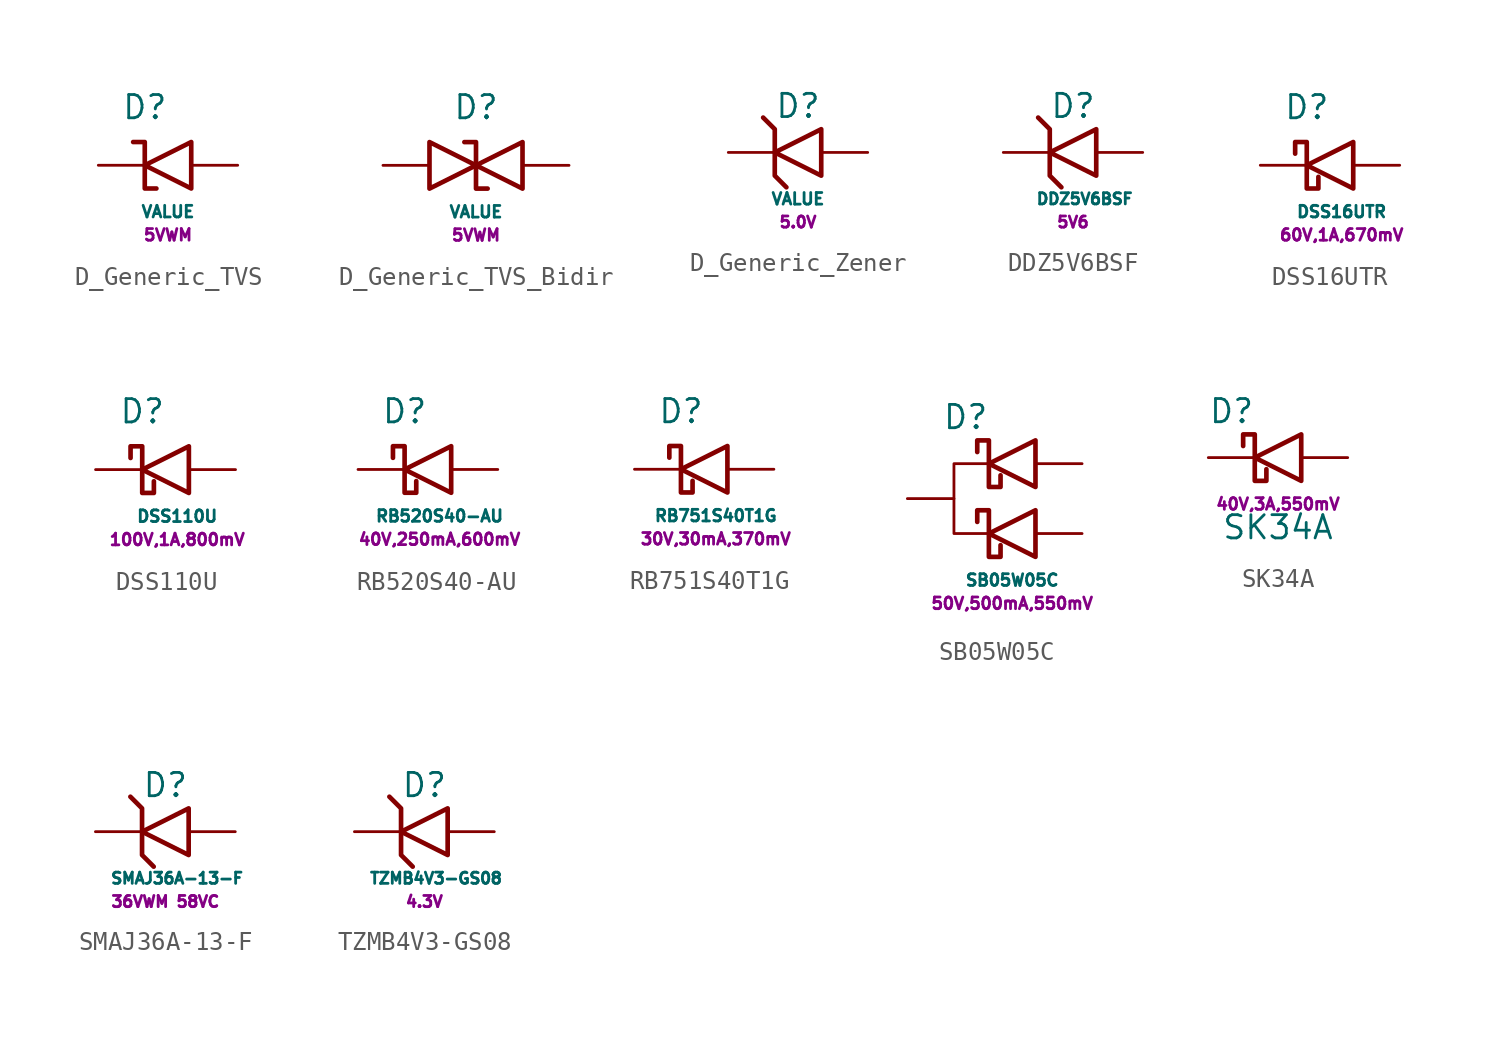
<source format=kicad_sym>
(kicad_symbol_lib
  (version 20220914)
  (generator kicad_symbol_editor)
  (symbol "D_Generic_TVS"
    (pin_numbers hide)
    (pin_names
      (offset 1.016) hide)
    (property "Reference" "D"
      (at -1.27 3.175 0)
      (effects (font (size 1.27 1.27))))
    (property "Value" "VALUE"
      (at 0 -2.54 0)
      (effects (font (size 0.635 0.635))))
    (property "Params" "5VWM"
      (at 0 -3.81 0)
      (effects (font (size 0.635 0.635))))
    (symbol "D_Generic_TVS_1_1"
      (polyline (pts (xy 1.27 1.27) (xy 1.27 -1.27) (xy -1.27 0) (xy 1.27 1.27)) (stroke (width 0.254) (type default)) (fill (type none)))
      (polyline (pts (xy -1.27 1.27) (xy -1.905 1.27) (xy -1.27 1.27) (xy -1.27 -1.27) (xy -0.635 -1.27) (xy -1.27 -1.27)) (stroke (width 0.254) (type default)) (fill (type none)))
      (pin passive line (at -3.81 0 0) (length 2.54) (name "~" (effects (font (size 1.27 1.27)))) (number "1" (effects (font (size 1.27 1.27)))))
      (pin passive line (at 3.81 0 180) (length 2.54) (name "~" (effects (font (size 1.27 1.27)))) (number "2" (effects (font (size 1.27 1.27)))))))
  (symbol "D_Generic_TVS_Bidir"
    (pin_numbers hide)
    (pin_names
      (offset 1.016) hide)
    (property "Reference" "D"
      (at 0 3.175 0)
      (effects (font (size 1.27 1.27))))
    (property "Value" "VALUE"
      (at 0 -2.54 0)
      (effects (font (size 0.635 0.635))))
    (property "Params" "5VWM"
      (at 0 -3.81 0)
      (effects (font (size 0.635 0.635))))
    (symbol "D_Generic_TVS_Bidir_1_1"
      (polyline (pts (xy -2.54 1.27) (xy -2.54 -1.27) (xy 0 0) (xy -2.54 1.27)) (stroke (width 0.254) (type default)) (fill (type none)))
      (polyline (pts (xy 2.54 1.27) (xy 2.54 -1.27) (xy 0 0) (xy 2.54 1.27)) (stroke (width 0.254) (type default)) (fill (type none)))
      (polyline (pts (xy 0 1.27) (xy -0.635 1.27) (xy 0 1.27) (xy 0 -1.27) (xy 0.635 -1.27) (xy 0 -1.27)) (stroke (width 0.254) (type default)) (fill (type none)))
      (pin passive line (at -5.08 0 0) (length 2.54) (name "~" (effects (font (size 1.27 1.27)))) (number "1" (effects (font (size 1.27 1.27)))))
      (pin passive line (at 5.08 0 180) (length 2.54) (name "~" (effects (font (size 1.27 1.27)))) (number "2" (effects (font (size 1.27 1.27)))))))
  (symbol "D_Generic_Zener"
    (pin_numbers hide)
    (pin_names
      (offset 1.016) hide)
    (property "Reference" "D"
      (at 0 2.54 0)
      (effects (font (size 1.27 1.27))))
    (property "Value" "VALUE"
      (at 0 -2.54 0)
      (effects (font (size 0.635 0.635))))
    (property "Params" "5.0V"
      (at 0 -3.81 0)
      (effects (font (size 0.61 0.61))))
    (symbol "D_Generic_Zener_0_1"
      (polyline (pts (xy -1.905 1.905) (xy -1.27 1.27) (xy -1.27 -1.27) (xy -0.635 -1.905)) (stroke (width 0.254) (type default)) (fill (type none)))
      (polyline (pts (xy 1.27 -1.27) (xy 1.27 1.27) (xy -1.27 0) (xy 1.27 -1.27)) (stroke (width 0.254) (type default)) (fill (type none))))
    (symbol "D_Generic_Zener_1_1"
      (pin passive line (at -3.81 0 0) (length 2.54) (name "K" (effects (font (size 1.27 1.27)))) (number "1" (effects (font (size 1.27 1.27)))))
      (pin passive line (at 3.81 0 180) (length 2.54) (name "A" (effects (font (size 1.27 1.27)))) (number "2" (effects (font (size 1.27 1.27)))))))
  (symbol "DDZ5V6BSF"
    (pin_numbers hide)
    (pin_names
      (offset 1.016) hide)
    (property "Reference" "D"
      (at 0 2.54 0)
      (effects (font (size 1.27 1.27))))
    (property "Value" "DDZ5V6BSF"
      (at 0.635 -2.54 0)
      (effects (font (size 0.61 0.61))))
    (property "Params" "5V6"
      (at 0 -3.81 0)
      (effects (font (size 0.61 0.61))))
    (symbol "DDZ5V6BSF_0_1"
      (polyline (pts (xy -1.905 1.905) (xy -1.27 1.27) (xy -1.27 -1.27) (xy -0.635 -1.905)) (stroke (width 0.254) (type default)) (fill (type none)))
      (polyline (pts (xy 1.27 -1.27) (xy 1.27 1.27) (xy -1.27 0) (xy 1.27 -1.27)) (stroke (width 0.254) (type default)) (fill (type none))))
    (symbol "DDZ5V6BSF_1_1"
      (pin passive line (at -3.81 0 0) (length 2.54) (name "K" (effects (font (size 1.27 1.27)))) (number "1" (effects (font (size 1.27 1.27)))))
      (pin passive line (at 3.81 0 180) (length 2.54) (name "A" (effects (font (size 1.27 1.27)))) (number "2" (effects (font (size 1.27 1.27)))))))
  (symbol "DSS16UTR"
    (pin_numbers hide)
    (pin_names
      (offset 1.016) hide)
    (property "Reference" "D"
      (at -1.27 3.175 0)
      (effects (font (size 1.27 1.27))))
    (property "Value" "DSS16UTR"
      (at 0.635 -2.54 0)
      (effects (font (size 0.635 0.635))))
    (property "Params" "60V,1A,670mV"
      (at 0.635 -3.81 0)
      (effects (font (size 0.635 0.635))))
    (symbol "DSS16UTR_1_1"
      (polyline (pts (xy 1.27 1.27) (xy 1.27 -1.27) (xy -1.27 0) (xy 1.27 1.27)) (stroke (width 0.254) (type default)) (fill (type none)))
      (polyline (pts (xy -1.905 0.635) (xy -1.905 1.27) (xy -1.27 1.27) (xy -1.27 -1.27) (xy -0.635 -1.27) (xy -0.635 -0.635)) (stroke (width 0.254) (type default)) (fill (type none)))
      (pin passive line (at -3.81 0 0) (length 2.54) (name "~" (effects (font (size 1.27 1.27)))) (number "1" (effects (font (size 1.27 1.27)))))
      (pin passive line (at 3.81 0 180) (length 2.54) (name "~" (effects (font (size 1.27 1.27)))) (number "2" (effects (font (size 1.27 1.27)))))))
  (symbol "DSS110U"
    (pin_numbers hide)
    (pin_names
      (offset 1.016) hide)
    (property "Reference" "D"
      (at -1.27 3.175 0)
      (effects (font (size 1.27 1.27))))
    (property "Value" "DSS110U"
      (at 0.635 -2.54 0)
      (effects (font (size 0.635 0.635))))
    (property "Params" "100V,1A,800mV"
      (at 0.635 -3.81 0)
      (effects (font (size 0.635 0.635))))
    (symbol "DSS110U_1_1"
      (polyline (pts (xy 1.27 1.27) (xy 1.27 -1.27) (xy -1.27 0) (xy 1.27 1.27)) (stroke (width 0.254) (type default)) (fill (type none)))
      (polyline (pts (xy -1.905 0.635) (xy -1.905 1.27) (xy -1.27 1.27) (xy -1.27 -1.27) (xy -0.635 -1.27) (xy -0.635 -0.635)) (stroke (width 0.254) (type default)) (fill (type none)))
      (pin passive line (at -3.81 0 0) (length 2.54) (name "~" (effects (font (size 1.27 1.27)))) (number "1" (effects (font (size 1.27 1.27)))))
      (pin passive line (at 3.81 0 180) (length 2.54) (name "~" (effects (font (size 1.27 1.27)))) (number "2" (effects (font (size 1.27 1.27)))))))
  (symbol "RB520S40-AU"
    (pin_numbers hide)
    (pin_names
      (offset 1.016) hide)
    (property "Reference" "D"
      (at -1.27 3.175 0)
      (effects (font (size 1.27 1.27))))
    (property "Value" "RB520S40-AU"
      (at 0.635 -2.54 0)
      (effects (font (size 0.635 0.635))))
    (property "Params" "40V,250mA,600mV"
      (at 0.635 -3.81 0)
      (effects (font (size 0.635 0.635))))
    (symbol "RB520S40-AU_1_1"
      (polyline (pts (xy 1.27 1.27) (xy 1.27 -1.27) (xy -1.27 0) (xy 1.27 1.27)) (stroke (width 0.254) (type default)) (fill (type none)))
      (polyline (pts (xy -1.905 0.635) (xy -1.905 1.27) (xy -1.27 1.27) (xy -1.27 -1.27) (xy -0.635 -1.27) (xy -0.635 -0.635)) (stroke (width 0.254) (type default)) (fill (type none)))
      (pin passive line (at -3.81 0 0) (length 2.54) (name "~" (effects (font (size 1.27 1.27)))) (number "1" (effects (font (size 1.27 1.27)))))
      (pin passive line (at 3.81 0 180) (length 2.54) (name "~" (effects (font (size 1.27 1.27)))) (number "2" (effects (font (size 1.27 1.27)))))))
  (symbol "RB751S40T1G"
    (pin_numbers hide)
    (pin_names
      (offset 1.016) hide)
    (property "Reference" "D"
      (at -1.27 3.175 0)
      (effects (font (size 1.27 1.27))))
    (property "Value" "RB751S40T1G"
      (at 0.635 -2.54 0)
      (effects (font (size 0.635 0.635))))
    (property "Params" "30V,30mA,370mV"
      (at 0.635 -3.81 0)
      (effects (font (size 0.635 0.635))))
    (symbol "RB751S40T1G_1_1"
      (polyline (pts (xy 1.27 1.27) (xy 1.27 -1.27) (xy -1.27 0) (xy 1.27 1.27)) (stroke (width 0.254) (type default)) (fill (type none)))
      (polyline (pts (xy -1.905 0.635) (xy -1.905 1.27) (xy -1.27 1.27) (xy -1.27 -1.27) (xy -0.635 -1.27) (xy -0.635 -0.635)) (stroke (width 0.254) (type default)) (fill (type none)))
      (pin passive line (at -3.81 0 0) (length 2.54) (name "~" (effects (font (size 1.27 1.27)))) (number "1" (effects (font (size 1.27 1.27)))))
      (pin passive line (at 3.81 0 180) (length 2.54) (name "~" (effects (font (size 1.27 1.27)))) (number "2" (effects (font (size 1.27 1.27)))))))
  (symbol "SB05W05C"
    (pin_numbers hide)
    (pin_names
      (offset 1.016) hide)
    (property "Reference" "D"
      (at -2.54 2.54 0)
      (effects (font (size 1.27 1.27))))
    (property "Value" "SB05W05C"
      (at 0 -6.35 0)
      (effects (font (size 0.635 0.635))))
    (property "Params" "50V,500mA,550mV"
      (at 0 -7.62 0)
      (effects (font (size 0.635 0.635))))
    (symbol "SB05W05C_0_1"
      (polyline (pts (xy -1.27 -3.81) (xy -3.175 -3.81) (xy -3.175 0) (xy -1.27 0)) (stroke (width 0.152) (type default)) (fill (type none))))
    (symbol "SB05W05C_1_1"
      (polyline (pts (xy 1.27 -2.54) (xy 1.27 -5.08) (xy -1.27 -3.81) (xy 1.27 -2.54)) (stroke (width 0.254) (type default)) (fill (type none)))
      (polyline (pts (xy 1.27 1.27) (xy 1.27 -1.27) (xy -1.27 0) (xy 1.27 1.27)) (stroke (width 0.254) (type default)) (fill (type none)))
      (polyline (pts (xy -1.905 -3.175) (xy -1.905 -2.54) (xy -1.27 -2.54) (xy -1.27 -5.08) (xy -0.635 -5.08) (xy -0.635 -4.445)) (stroke (width 0.254) (type default)) (fill (type none)))
      (polyline (pts (xy -1.905 0.635) (xy -1.905 1.27) (xy -1.27 1.27) (xy -1.27 -1.27) (xy -0.635 -1.27) (xy -0.635 -0.635)) (stroke (width 0.254) (type default)) (fill (type none)))
      (pin passive line (at 3.81 0 180) (length 2.54) (name "~" (effects (font (size 1.27 1.27)))) (number "1" (effects (font (size 1.27 1.27)))))
      (pin passive line (at 3.81 -3.81 180) (length 2.54) (name "~" (effects (font (size 1.27 1.27)))) (number "2" (effects (font (size 1.27 1.27)))))
      (pin passive line (at -5.715 -1.905 0) (length 2.54) (name "~" (effects (font (size 1.27 1.27)))) (number "3" (effects (font (size 1.27 1.27)))))))
  (symbol "SK34A"
    (pin_numbers hide)
    (pin_names hide)
    (property "Reference" "D"
      (at -2.54 2.54 0)
      (effects (font (size 1.27 1.27))))
    (property "Value" "SK34A"
      (at 0 -3.81 0)
      (effects (font (size 1.27 1.27))))
    (property "Params" "40V,3A,550mV"
      (at 0 -2.54 0)
      (effects (font (size 0.635 0.635))))
    (symbol "SK34A_1_1"
      (polyline (pts (xy 1.27 1.27) (xy 1.27 -1.27) (xy -1.27 0) (xy 1.27 1.27)) (stroke (width 0.254) (type default)) (fill (type none)))
      (polyline (pts (xy -1.905 0.635) (xy -1.905 1.27) (xy -1.27 1.27) (xy -1.27 -1.27) (xy -0.635 -1.27) (xy -0.635 -0.635)) (stroke (width 0.254) (type default)) (fill (type none)))
      (pin passive line (at -3.81 0 0) (length 2.54) (name "~" (effects (font (size 1.27 1.27)))) (number "1" (effects (font (size 1.27 1.27)))))
      (pin passive line (at 3.81 0 180) (length 2.54) (name "~" (effects (font (size 1.27 1.27)))) (number "2" (effects (font (size 1.27 1.27)))))))
  (symbol "SMAJ36A-13-F"
    (pin_numbers hide)
    (pin_names
      (offset 1.016) hide)
    (property "Reference" "D"
      (at 0 2.54 0)
      (effects (font (size 1.27 1.27))))
    (property "Value" "SMAJ36A-13-F"
      (at 0.635 -2.54 0)
      (effects (font (size 0.61 0.61))))
    (property "Params" "36VWM 58VC"
      (at 0 -3.81 0)
      (effects (font (size 0.61 0.61))))
    (symbol "SMAJ36A-13-F_0_1"
      (polyline (pts (xy -1.905 1.905) (xy -1.27 1.27) (xy -1.27 -1.27) (xy -0.635 -1.905)) (stroke (width 0.254) (type default)) (fill (type none)))
      (polyline (pts (xy 1.27 -1.27) (xy 1.27 1.27) (xy -1.27 0) (xy 1.27 -1.27)) (stroke (width 0.254) (type default)) (fill (type none))))
    (symbol "SMAJ36A-13-F_1_1"
      (pin passive line (at -3.81 0 0) (length 2.54) (name "K" (effects (font (size 1.27 1.27)))) (number "1" (effects (font (size 1.27 1.27)))))
      (pin passive line (at 3.81 0 180) (length 2.54) (name "A" (effects (font (size 1.27 1.27)))) (number "2" (effects (font (size 1.27 1.27)))))))
  (symbol "TZMB4V3-GS08"
    (pin_numbers hide)
    (pin_names
      (offset 1.016) hide)
    (property "Reference" "D"
      (at 0 2.54 0)
      (effects (font (size 1.27 1.27))))
    (property "Value" "TZMB4V3-GS08"
      (at 0.635 -2.54 0)
      (effects (font (size 0.61 0.61))))
    (property "Params" "4.3V"
      (at 0 -3.81 0)
      (effects (font (size 0.61 0.61))))
    (symbol "TZMB4V3-GS08_0_1"
      (polyline (pts (xy -1.905 1.905) (xy -1.27 1.27) (xy -1.27 -1.27) (xy -0.635 -1.905)) (stroke (width 0.254) (type default)) (fill (type none)))
      (polyline (pts (xy 1.27 -1.27) (xy 1.27 1.27) (xy -1.27 0) (xy 1.27 -1.27)) (stroke (width 0.254) (type default)) (fill (type none))))
    (symbol "TZMB4V3-GS08_1_1"
      (pin passive line (at -3.81 0 0) (length 2.54) (name "K" (effects (font (size 1.27 1.27)))) (number "1" (effects (font (size 1.27 1.27)))))
      (pin passive line (at 3.81 0 180) (length 2.54) (name "A" (effects (font (size 1.27 1.27)))) (number "2" (effects (font (size 1.27 1.27))))))))
</source>
